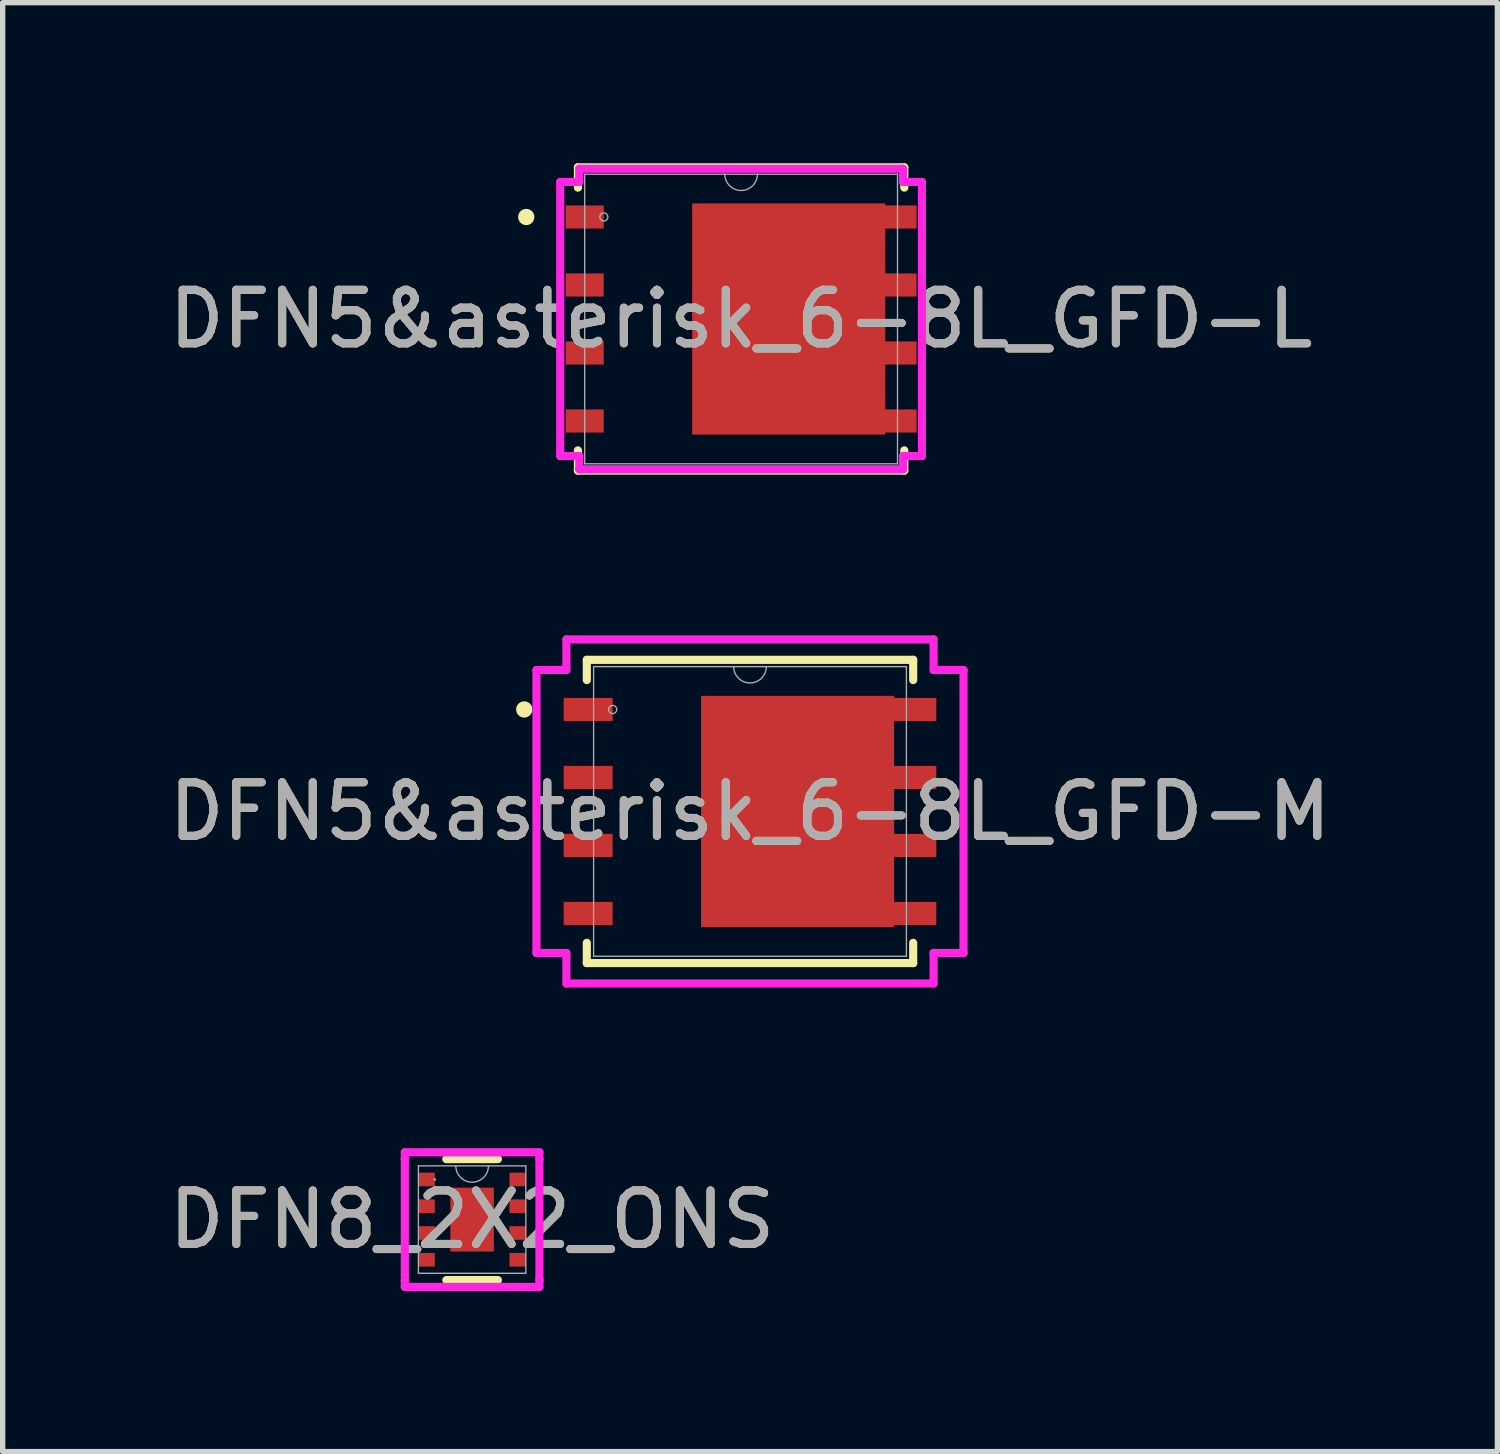
<source format=kicad_pcb>
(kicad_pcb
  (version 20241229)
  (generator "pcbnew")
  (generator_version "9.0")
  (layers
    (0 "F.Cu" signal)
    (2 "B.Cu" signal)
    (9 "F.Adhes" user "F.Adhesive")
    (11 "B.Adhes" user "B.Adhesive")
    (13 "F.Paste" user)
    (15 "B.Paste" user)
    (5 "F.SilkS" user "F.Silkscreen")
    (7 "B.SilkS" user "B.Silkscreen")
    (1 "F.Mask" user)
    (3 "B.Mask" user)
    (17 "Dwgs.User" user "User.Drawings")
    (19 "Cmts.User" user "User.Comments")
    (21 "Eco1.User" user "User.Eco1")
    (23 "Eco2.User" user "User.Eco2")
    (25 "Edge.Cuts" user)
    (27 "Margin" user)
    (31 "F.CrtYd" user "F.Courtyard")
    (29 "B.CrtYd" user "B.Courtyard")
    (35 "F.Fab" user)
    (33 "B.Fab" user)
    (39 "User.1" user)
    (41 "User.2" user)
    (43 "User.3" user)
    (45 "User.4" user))
  (footprint "DFN8_2X2_ONS"
    (layer "F.Cu")
    (at 5.768 19.729)
    (property "Reference" "DFN8_2X2_ONS" (at 0 0 0) (unlocked yes) (layer "F.SilkS") (effects (font (size 1 1) (thickness 0.15))))
    (attr smd)
    (fp_line (start -0.482 1.13) (end 0.482 1.13) (stroke (width 0.152) (type solid)) (layer "F.SilkS"))
    (fp_line (start 0.482 -1.13) (end -0.482 -1.13) (stroke (width 0.152) (type solid)) (layer "F.SilkS"))
    (fp_line (start -1.257 -1.257) (end 1.257 -1.257) (stroke (width 0.152) (type solid)) (layer "F.CrtYd"))
    (fp_line (start -1.257 -1.131) (end -1.257 -1.257) (stroke (width 0.152) (type solid)) (layer "F.CrtYd"))
    (fp_line (start -1.257 -1.131) (end -1.257 -1.131) (stroke (width 0.152) (type solid)) (layer "F.CrtYd"))
    (fp_line (start -1.257 1.131) (end -1.257 -1.131) (stroke (width 0.152) (type solid)) (layer "F.CrtYd"))
    (fp_line (start -1.257 1.131) (end -1.257 1.131) (stroke (width 0.152) (type solid)) (layer "F.CrtYd"))
    (fp_line (start -1.257 1.257) (end -1.257 1.131) (stroke (width 0.152) (type solid)) (layer "F.CrtYd"))
    (fp_line (start 1.257 -1.257) (end 1.257 -1.131) (stroke (width 0.152) (type solid)) (layer "F.CrtYd"))
    (fp_line (start 1.257 -1.131) (end 1.257 -1.131) (stroke (width 0.152) (type solid)) (layer "F.CrtYd"))
    (fp_line (start 1.257 -1.131) (end 1.257 1.131) (stroke (width 0.152) (type solid)) (layer "F.CrtYd"))
    (fp_line (start 1.257 1.131) (end 1.257 1.131) (stroke (width 0.152) (type solid)) (layer "F.CrtYd"))
    (fp_line (start 1.257 1.131) (end 1.257 1.257) (stroke (width 0.152) (type solid)) (layer "F.CrtYd"))
    (fp_line (start 1.257 1.257) (end -1.257 1.257) (stroke (width 0.152) (type solid)) (layer "F.CrtYd"))
    (fp_line (start -1.003 -1.003) (end -1.003 1.003) (stroke (width 0.025) (type solid)) (layer "F.Fab"))
    (fp_line (start -1.003 1.003) (end 1.003 1.003) (stroke (width 0.025) (type solid)) (layer "F.Fab"))
    (fp_line (start 1.003 -1.003) (end -1.003 -1.003) (stroke (width 0.025) (type solid)) (layer "F.Fab"))
    (fp_line (start 1.003 1.003) (end 1.003 -1.003) (stroke (width 0.025) (type solid)) (layer "F.Fab"))
    (fp_arc (start 0.3048 -1.0033) (mid 0 -0.6985) (end -0.3048 -1.0033) (stroke (width 0.0254) (type solid)) (layer "F.Fab"))
    (fp_circle (center -0.698 -0.75) (end -0.698 -0.75) (stroke (width 0.025) (type solid)) (fill no) (layer "F.Fab"))
    (fp_text user "${REFERENCE}" (at 0 0 0) (unlocked yes) (layer "F.Fab") (effects (font (size 1 1) (thickness 0.15))))
    (pad "1" smd rect (at -0.85 -0.75) (size 0.305 0.254) (layers "F.Cu" "F.Mask" "F.Paste"))
    (pad "2" smd rect (at -0.85 -0.25) (size 0.305 0.254) (layers "F.Cu" "F.Mask" "F.Paste"))
    (pad "3" smd rect (at -0.85 0.25) (size 0.305 0.254) (layers "F.Cu" "F.Mask" "F.Paste"))
    (pad "4" smd rect (at -0.85 0.75) (size 0.305 0.254) (layers "F.Cu" "F.Mask" "F.Paste"))
    (pad "5" smd rect (at 0.85 0.75) (size 0.305 0.254) (layers "F.Cu" "F.Mask" "F.Paste"))
    (pad "6" smd rect (at 0.85 0.25) (size 0.305 0.254) (layers "F.Cu" "F.Mask" "F.Paste"))
    (pad "7" smd rect (at 0.85 -0.25) (size 0.305 0.254) (layers "F.Cu" "F.Mask" "F.Paste"))
    (pad "8" smd rect (at 0.85 -0.75) (size 0.305 0.254) (layers "F.Cu" "F.Mask" "F.Paste"))
    (pad "9" smd rect (at 0 0) (size 0.813 1.194) (layers "F.Cu" "F.Mask")))
  (footprint "DFN5&asterisk_6-8L_GFD-L"
    (layer "F.Cu")
    (at 10.792 2.908)
    (property "Reference" "DFN5&asterisk_6-8L_GFD-L" (at 0 0 0) (unlocked yes) (layer "F.SilkS") (effects (font (size 1 1) (thickness 0.15))))
    (attr smd)
    (fp_poly (pts (xy 2.692 -2.159) (xy -0.914 -2.159) (xy -0.914 2.159) (xy 2.692 2.159)) (stroke (width 0) (type solid)) (fill yes) (layer "F.Cu"))
    (fp_poly (pts (xy 2.692 -2.159) (xy -0.914 -2.159) (xy -0.914 2.159) (xy 2.692 2.159)) (stroke (width 0) (type solid)) (fill yes) (layer "F.Mask"))
    (fp_line (start -3.048 -2.832) (end -3.048 -2.454) (stroke (width 0.152) (type solid)) (layer "F.SilkS"))
    (fp_line (start -3.048 2.454) (end -3.048 2.832) (stroke (width 0.152) (type solid)) (layer "F.SilkS"))
    (fp_line (start -3.048 2.832) (end 3.048 2.832) (stroke (width 0.152) (type solid)) (layer "F.SilkS"))
    (fp_line (start 3.048 -2.832) (end -3.048 -2.832) (stroke (width 0.152) (type solid)) (layer "F.SilkS"))
    (fp_line (start 3.048 -2.454) (end 3.048 -2.832) (stroke (width 0.152) (type solid)) (layer "F.SilkS"))
    (fp_line (start 3.048 2.832) (end 3.048 2.454) (stroke (width 0.152) (type solid)) (layer "F.SilkS"))
    (fp_circle (center -4.013 -1.905) (end -3.937 -1.905) (stroke (width 0.152) (type solid)) (fill no) (layer "F.SilkS"))
    (fp_poly (pts (xy 2.692 -2.159) (xy -0.914 -2.159) (xy -0.914 2.159) (xy 2.692 2.159)) (stroke (width 0) (type solid)) (fill yes) (layer "F.Paste"))
    (fp_line (start -3.378 -2.56) (end -3.023 -2.56) (stroke (width 0.152) (type solid)) (layer "F.CrtYd"))
    (fp_line (start -3.378 2.56) (end -3.378 -2.56) (stroke (width 0.152) (type solid)) (layer "F.CrtYd"))
    (fp_line (start -3.378 2.56) (end -3.023 2.56) (stroke (width 0.152) (type solid)) (layer "F.CrtYd"))
    (fp_line (start -3.023 -2.807) (end 3.023 -2.807) (stroke (width 0.152) (type solid)) (layer "F.CrtYd"))
    (fp_line (start -3.023 -2.56) (end -3.023 -2.807) (stroke (width 0.152) (type solid)) (layer "F.CrtYd"))
    (fp_line (start -3.023 2.807) (end -3.023 2.56) (stroke (width 0.152) (type solid)) (layer "F.CrtYd"))
    (fp_line (start 3.023 -2.807) (end 3.023 -2.56) (stroke (width 0.152) (type solid)) (layer "F.CrtYd"))
    (fp_line (start 3.023 2.56) (end 3.023 2.807) (stroke (width 0.152) (type solid)) (layer "F.CrtYd"))
    (fp_line (start 3.023 2.807) (end -3.023 2.807) (stroke (width 0.152) (type solid)) (layer "F.CrtYd"))
    (fp_line (start 3.378 -2.56) (end 3.023 -2.56) (stroke (width 0.152) (type solid)) (layer "F.CrtYd"))
    (fp_line (start 3.378 -2.56) (end 3.378 2.56) (stroke (width 0.152) (type solid)) (layer "F.CrtYd"))
    (fp_line (start 3.378 2.56) (end 3.023 2.56) (stroke (width 0.152) (type solid)) (layer "F.CrtYd"))
    (fp_line (start -2.921 -2.705) (end -2.921 2.705) (stroke (width 0.025) (type solid)) (layer "F.Fab"))
    (fp_line (start -2.921 2.705) (end 2.921 2.705) (stroke (width 0.025) (type solid)) (layer "F.Fab"))
    (fp_line (start 2.921 -2.705) (end -2.921 -2.705) (stroke (width 0.025) (type solid)) (layer "F.Fab"))
    (fp_line (start 2.921 2.705) (end 2.921 -2.705) (stroke (width 0.025) (type solid)) (layer "F.Fab"))
    (fp_arc (start 0.3048 -2.7051) (mid 0 -2.4003) (end -0.3048 -2.7051) (stroke (width 0.0254) (type solid)) (layer "F.Fab"))
    (fp_circle (center -2.565 -1.905) (end -2.489 -1.905) (stroke (width 0.025) (type solid)) (fill no) (layer "F.Fab"))
    (fp_text user "${REFERENCE}" (at 0 0 0) (unlocked yes) (layer "F.Fab") (effects (font (size 1 1) (thickness 0.15))))
    (pad "1" smd rect (at -2.921 -1.905) (size 0.711 0.432) (layers "F.Cu" "F.Mask" "F.Paste"))
    (pad "2" smd rect (at -2.921 -0.635) (size 0.711 0.432) (layers "F.Cu" "F.Mask" "F.Paste"))
    (pad "3" smd rect (at -2.921 0.635) (size 0.711 0.432) (layers "F.Cu" "F.Mask" "F.Paste"))
    (pad "4" smd rect (at -2.921 1.905) (size 0.711 0.432) (layers "F.Cu" "F.Mask" "F.Paste"))
    (pad "5" smd rect (at 2.921 1.905) (size 0.711 0.432) (layers "F.Cu" "F.Mask" "F.Paste"))
    (pad "6" smd rect (at 2.921 0.635) (size 0.711 0.432) (layers "F.Cu" "F.Mask" "F.Paste"))
    (pad "7" smd rect (at 2.921 -0.635) (size 0.711 0.432) (layers "F.Cu" "F.Mask" "F.Paste"))
    (pad "8" smd rect (at 2.921 -1.905) (size 0.711 0.432) (layers "F.Cu" "F.Mask" "F.Paste")))
  (footprint "DFN5&asterisk_6-8L_GFD-M"
    (layer "F.Cu")
    (at 10.958 12.106)
    (property "Reference" "DFN5&asterisk_6-8L_GFD-M" (at 0 0 0) (unlocked yes) (layer "F.SilkS") (effects (font (size 1 1) (thickness 0.15))))
    (attr smd)
    (fp_poly (pts (xy 2.692 -2.159) (xy -0.914 -2.159) (xy -0.914 2.159) (xy 2.692 2.159)) (stroke (width 0) (type solid)) (fill yes) (layer "F.Cu"))
    (fp_poly (pts (xy 2.692 -2.159) (xy -0.914 -2.159) (xy -0.914 2.159) (xy 2.692 2.159)) (stroke (width 0) (type solid)) (fill yes) (layer "F.Mask"))
    (fp_line (start -3.048 -2.832) (end -3.048 -2.454) (stroke (width 0.152) (type solid)) (layer "F.SilkS"))
    (fp_line (start -3.048 2.454) (end -3.048 2.832) (stroke (width 0.152) (type solid)) (layer "F.SilkS"))
    (fp_line (start -3.048 2.832) (end 3.048 2.832) (stroke (width 0.152) (type solid)) (layer "F.SilkS"))
    (fp_line (start 3.048 -2.832) (end -3.048 -2.832) (stroke (width 0.152) (type solid)) (layer "F.SilkS"))
    (fp_line (start 3.048 -2.454) (end 3.048 -2.832) (stroke (width 0.152) (type solid)) (layer "F.SilkS"))
    (fp_line (start 3.048 2.832) (end 3.048 2.454) (stroke (width 0.152) (type solid)) (layer "F.SilkS"))
    (fp_circle (center -4.216 -1.905) (end -4.14 -1.905) (stroke (width 0.152) (type solid)) (fill no) (layer "F.SilkS"))
    (fp_poly (pts (xy 2.692 -2.159) (xy -0.914 -2.159) (xy -0.914 2.159) (xy 2.692 2.159)) (stroke (width 0) (type solid)) (fill yes) (layer "F.Paste"))
    (fp_line (start -3.988 -2.642) (end -3.429 -2.642) (stroke (width 0.152) (type solid)) (layer "F.CrtYd"))
    (fp_line (start -3.988 2.642) (end -3.988 -2.642) (stroke (width 0.152) (type solid)) (layer "F.CrtYd"))
    (fp_line (start -3.988 2.642) (end -3.429 2.642) (stroke (width 0.152) (type solid)) (layer "F.CrtYd"))
    (fp_line (start -3.429 -3.213) (end 3.429 -3.213) (stroke (width 0.152) (type solid)) (layer "F.CrtYd"))
    (fp_line (start -3.429 -2.642) (end -3.429 -3.213) (stroke (width 0.152) (type solid)) (layer "F.CrtYd"))
    (fp_line (start -3.429 3.213) (end -3.429 2.642) (stroke (width 0.152) (type solid)) (layer "F.CrtYd"))
    (fp_line (start 3.429 -3.213) (end 3.429 -2.642) (stroke (width 0.152) (type solid)) (layer "F.CrtYd"))
    (fp_line (start 3.429 2.642) (end 3.429 3.213) (stroke (width 0.152) (type solid)) (layer "F.CrtYd"))
    (fp_line (start 3.429 3.213) (end -3.429 3.213) (stroke (width 0.152) (type solid)) (layer "F.CrtYd"))
    (fp_line (start 3.988 -2.642) (end 3.429 -2.642) (stroke (width 0.152) (type solid)) (layer "F.CrtYd"))
    (fp_line (start 3.988 -2.642) (end 3.988 2.642) (stroke (width 0.152) (type solid)) (layer "F.CrtYd"))
    (fp_line (start 3.988 2.642) (end 3.429 2.642) (stroke (width 0.152) (type solid)) (layer "F.CrtYd"))
    (fp_line (start -2.921 -2.705) (end -2.921 2.705) (stroke (width 0.025) (type solid)) (layer "F.Fab"))
    (fp_line (start -2.921 2.705) (end 2.921 2.705) (stroke (width 0.025) (type solid)) (layer "F.Fab"))
    (fp_line (start 2.921 -2.705) (end -2.921 -2.705) (stroke (width 0.025) (type solid)) (layer "F.Fab"))
    (fp_line (start 2.921 2.705) (end 2.921 -2.705) (stroke (width 0.025) (type solid)) (layer "F.Fab"))
    (fp_arc (start 0.3048 -2.7051) (mid 0 -2.4003) (end -0.3048 -2.7051) (stroke (width 0.0254) (type solid)) (layer "F.Fab"))
    (fp_circle (center -2.565 -1.905) (end -2.489 -1.905) (stroke (width 0.025) (type solid)) (fill no) (layer "F.Fab"))
    (fp_text user "${REFERENCE}" (at 0 0 0) (unlocked yes) (layer "F.Fab") (effects (font (size 1 1) (thickness 0.15))))
    (pad "1" smd rect (at -3.023 -1.905) (size 0.914 0.432) (layers "F.Cu" "F.Mask" "F.Paste"))
    (pad "2" smd rect (at -3.023 -0.635) (size 0.914 0.432) (layers "F.Cu" "F.Mask" "F.Paste"))
    (pad "3" smd rect (at -3.023 0.635) (size 0.914 0.432) (layers "F.Cu" "F.Mask" "F.Paste"))
    (pad "4" smd rect (at -3.023 1.905) (size 0.914 0.432) (layers "F.Cu" "F.Mask" "F.Paste"))
    (pad "5" smd rect (at 3.023 1.905) (size 0.914 0.432) (layers "F.Cu" "F.Mask" "F.Paste"))
    (pad "6" smd rect (at 3.023 0.635) (size 0.914 0.432) (layers "F.Cu" "F.Mask" "F.Paste"))
    (pad "7" smd rect (at 3.023 -0.635) (size 0.914 0.432) (layers "F.Cu" "F.Mask" "F.Paste"))
    (pad "8" smd rect (at 3.023 -1.905) (size 0.914 0.432) (layers "F.Cu" "F.Mask" "F.Paste")))
  (gr_rect
    (start -3 -3)
    (end 24.917 24.062)
    (stroke (width 0.1) (type default))
    (fill no)
    (layer "Edge.Cuts")))
</source>
